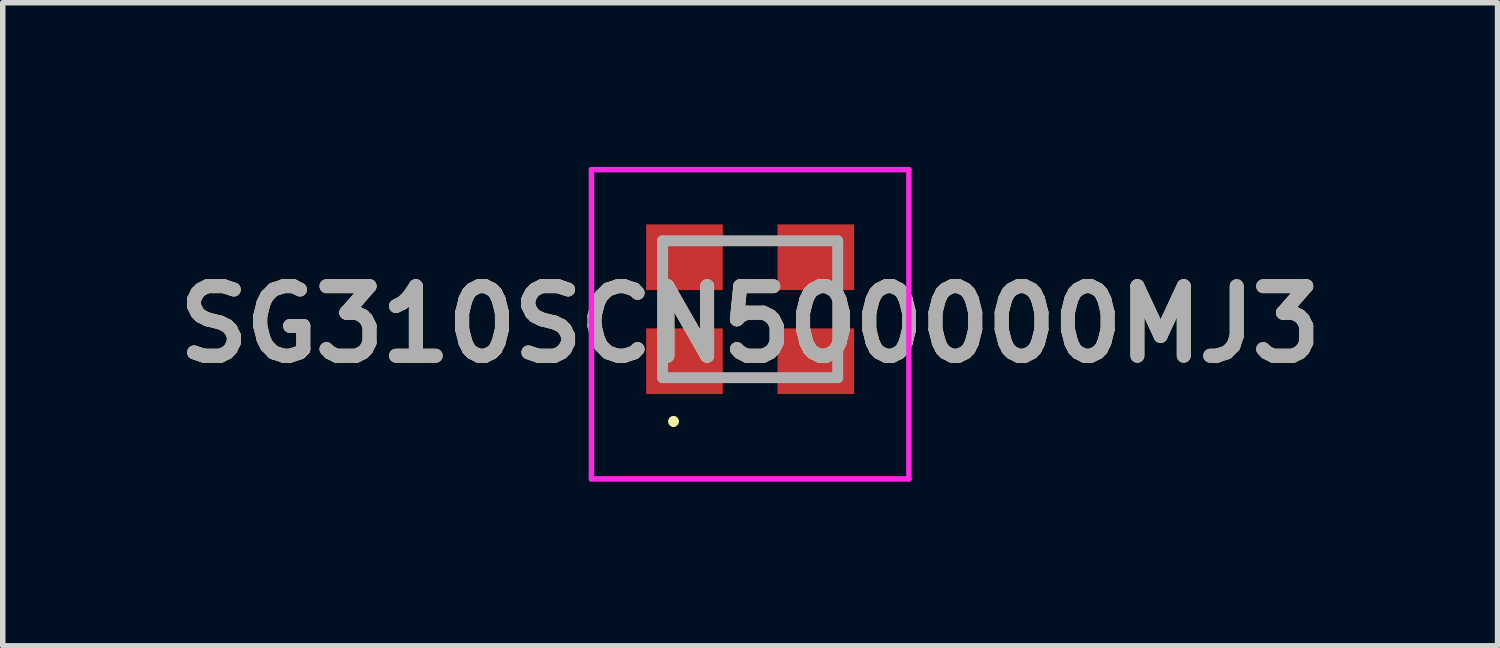
<source format=kicad_pcb>
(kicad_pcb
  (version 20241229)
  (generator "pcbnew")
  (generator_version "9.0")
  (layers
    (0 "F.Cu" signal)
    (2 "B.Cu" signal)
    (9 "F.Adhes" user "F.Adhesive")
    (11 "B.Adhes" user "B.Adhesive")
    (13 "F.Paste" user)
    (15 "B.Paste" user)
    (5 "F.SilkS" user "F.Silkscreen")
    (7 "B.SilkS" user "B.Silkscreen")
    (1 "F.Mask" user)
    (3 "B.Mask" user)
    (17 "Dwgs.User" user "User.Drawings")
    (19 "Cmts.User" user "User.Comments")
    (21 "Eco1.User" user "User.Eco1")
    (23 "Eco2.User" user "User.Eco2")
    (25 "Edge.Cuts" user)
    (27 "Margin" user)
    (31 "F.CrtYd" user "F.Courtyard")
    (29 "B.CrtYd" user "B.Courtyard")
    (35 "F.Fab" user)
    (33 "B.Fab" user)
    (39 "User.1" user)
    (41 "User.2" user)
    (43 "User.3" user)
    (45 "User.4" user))
  (footprint "SG310SCN500000MJ3"
    (layer "F.Cu")
    (at 10.656 2.6)
    (property "Reference" "SG310SCN500000MJ3" (at 0 0.275 0) (layer "F.SilkS") (effects (font (size 1.27 1.27) (thickness 0.254))))
    (attr smd)
    (fp_line (start -1.4 2) (end -1.4 2) (stroke (width 0.1) (type solid)) (layer "F.SilkS"))
    (fp_line (start -1.4 2.1) (end -1.4 2.1) (stroke (width 0.1) (type solid)) (layer "F.SilkS"))
    (fp_line (start -0.2 -1.25) (end 0.2 -1.25) (stroke (width 0.1) (type solid)) (layer "F.SilkS"))
    (fp_line (start -0.2 1.25) (end 0.2 1.25) (stroke (width 0.1) (type solid)) (layer "F.SilkS"))
    (fp_arc (start -1.4 2) (mid -1.35 2.05) (end -1.4 2.1) (stroke (width 0.1) (type solid)) (layer "F.SilkS"))
    (fp_arc (start -1.4 2.1) (mid -1.45 2.05) (end -1.4 2) (stroke (width 0.1) (type solid)) (layer "F.SilkS"))
    (fp_line (start -2.9 -2.55) (end 2.9 -2.55) (stroke (width 0.1) (type solid)) (layer "F.CrtYd"))
    (fp_line (start -2.9 3.1) (end -2.9 -2.55) (stroke (width 0.1) (type solid)) (layer "F.CrtYd"))
    (fp_line (start 2.9 -2.55) (end 2.9 3.1) (stroke (width 0.1) (type solid)) (layer "F.CrtYd"))
    (fp_line (start 2.9 3.1) (end -2.9 3.1) (stroke (width 0.1) (type solid)) (layer "F.CrtYd"))
    (fp_line (start -1.6 -1.25) (end 1.6 -1.25) (stroke (width 0.2) (type solid)) (layer "F.Fab"))
    (fp_line (start -1.6 1.25) (end -1.6 -1.25) (stroke (width 0.2) (type solid)) (layer "F.Fab"))
    (fp_line (start 1.6 -1.25) (end 1.6 1.25) (stroke (width 0.2) (type solid)) (layer "F.Fab"))
    (fp_line (start 1.6 1.25) (end -1.6 1.25) (stroke (width 0.2) (type solid)) (layer "F.Fab"))
    (fp_text user "${REFERENCE}" (at 0 0.275 0) (layer "F.Fab") (effects (font (size 1.27 1.27) (thickness 0.254))))
    (pad "1" smd rect (at -1.2 0.95 90) (size 1.2 1.4) (layers "F.Cu" "F.Mask" "F.Paste"))
    (pad "2" smd rect (at 1.2 0.95 90) (size 1.2 1.4) (layers "F.Cu" "F.Mask" "F.Paste"))
    (pad "3" smd rect (at 1.2 -0.95 90) (size 1.2 1.4) (layers "F.Cu" "F.Mask" "F.Paste"))
    (pad "4" smd rect (at -1.2 -0.95 90) (size 1.2 1.4) (layers "F.Cu" "F.Mask" "F.Paste")))
  (gr_rect
    (start -3 -3)
    (end 24.312 8.75)
    (stroke (width 0.1) (type default))
    (fill no)
    (layer "Edge.Cuts")))
</source>
